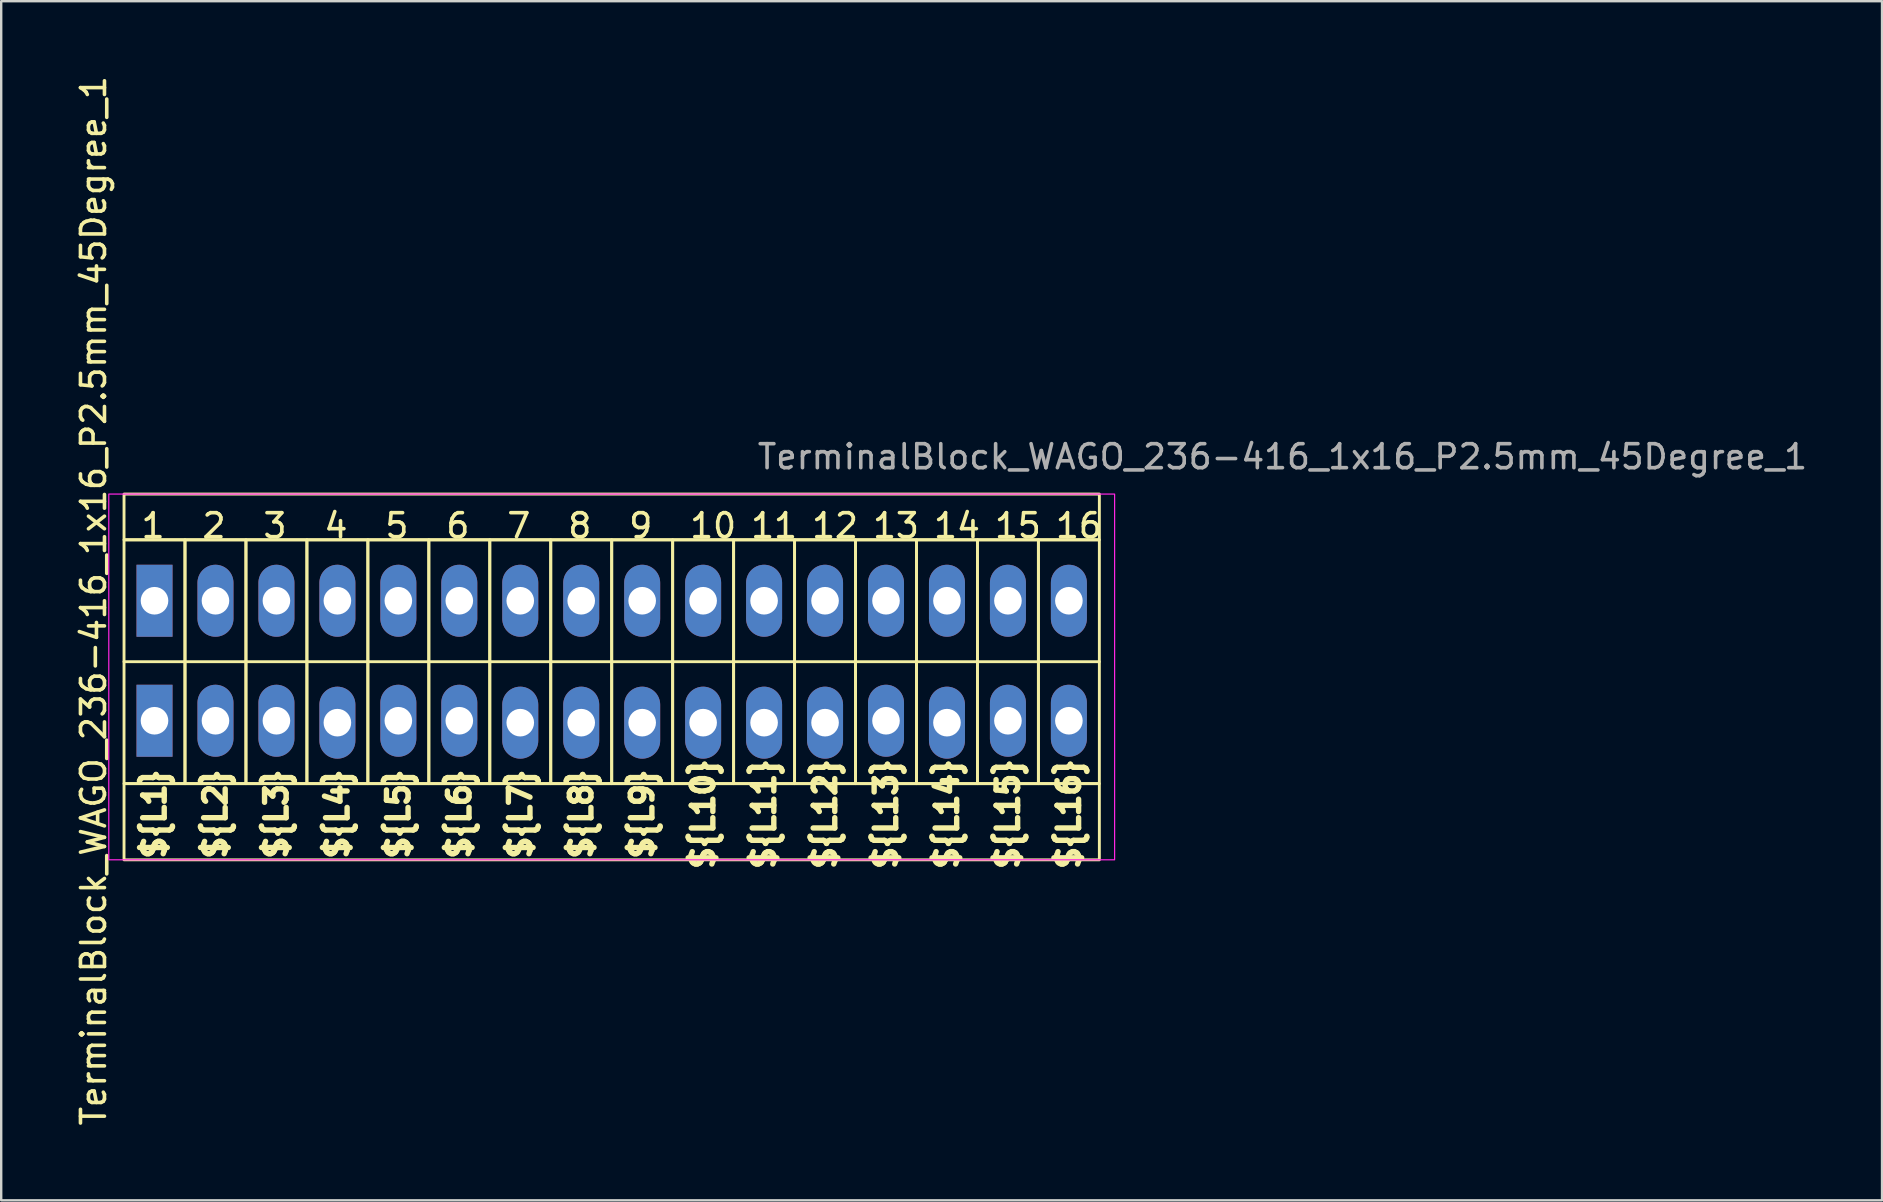
<source format=kicad_pcb>
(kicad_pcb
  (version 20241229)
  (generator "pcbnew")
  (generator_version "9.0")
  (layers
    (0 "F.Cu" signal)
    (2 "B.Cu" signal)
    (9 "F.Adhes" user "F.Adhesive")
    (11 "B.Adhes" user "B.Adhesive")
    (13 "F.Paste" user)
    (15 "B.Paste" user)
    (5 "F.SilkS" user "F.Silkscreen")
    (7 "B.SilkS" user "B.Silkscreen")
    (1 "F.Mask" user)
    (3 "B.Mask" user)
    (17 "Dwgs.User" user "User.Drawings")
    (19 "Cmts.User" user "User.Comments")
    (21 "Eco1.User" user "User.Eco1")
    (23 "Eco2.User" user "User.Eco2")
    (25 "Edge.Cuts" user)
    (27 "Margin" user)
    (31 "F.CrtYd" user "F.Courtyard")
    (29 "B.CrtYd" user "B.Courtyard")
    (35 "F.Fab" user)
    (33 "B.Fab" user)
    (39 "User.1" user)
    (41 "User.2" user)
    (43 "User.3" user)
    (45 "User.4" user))
  (footprint "TerminalBlock_WAGO_236-416_1x16_P2.5mm_45Degree_1"
    (layer "F.Cu")
    (at 3.388 21.982)
    (property "Reference" "TerminalBlock_WAGO_236-416_1x16_P2.5mm_45Degree_1" (at -2.54 0 90) (layer "F.SilkS") (effects (font (size 1 1) (thickness 0.15))))
    (attr through_hole)
    (fp_line (start -1.27 2.54) (end 39.37 2.54) (stroke (width 0.12) (type default)) (layer "F.SilkS"))
    (fp_rect (start -1.27 -4.445) (end 39.37 -2.54) (stroke (width 0.12) (type default)) (fill no) (layer "F.SilkS"))
    (fp_rect (start -1.27 -2.54) (end 1.27 7.62) (stroke (width 0.12) (type default)) (fill no) (layer "F.SilkS"))
    (fp_rect (start -1.27 7.62) (end 39.37 10.795) (stroke (width 0.12) (type default)) (fill no) (layer "F.SilkS"))
    (fp_rect (start 1.27 -2.54) (end 3.81 7.62) (stroke (width 0.12) (type default)) (fill no) (layer "F.SilkS"))
    (fp_rect (start 3.81 -2.54) (end 6.35 7.62) (stroke (width 0.12) (type default)) (fill no) (layer "F.SilkS"))
    (fp_rect (start 6.35 -2.54) (end 8.89 7.62) (stroke (width 0.12) (type default)) (fill no) (layer "F.SilkS"))
    (fp_rect (start 8.89 -2.54) (end 11.43 7.62) (stroke (width 0.12) (type default)) (fill no) (layer "F.SilkS"))
    (fp_rect (start 11.43 -2.54) (end 13.97 7.62) (stroke (width 0.12) (type default)) (fill no) (layer "F.SilkS"))
    (fp_rect (start 13.97 -2.54) (end 16.51 7.62) (stroke (width 0.12) (type default)) (fill no) (layer "F.SilkS"))
    (fp_rect (start 16.51 -2.54) (end 19.05 7.62) (stroke (width 0.12) (type default)) (fill no) (layer "F.SilkS"))
    (fp_rect (start 19.05 -2.54) (end 21.59 7.62) (stroke (width 0.12) (type default)) (fill no) (layer "F.SilkS"))
    (fp_rect (start 21.59 -2.54) (end 24.13 7.62) (stroke (width 0.12) (type default)) (fill no) (layer "F.SilkS"))
    (fp_rect (start 24.13 -2.54) (end 26.67 7.62) (stroke (width 0.12) (type default)) (fill no) (layer "F.SilkS"))
    (fp_rect (start 26.67 -2.54) (end 29.21 7.62) (stroke (width 0.12) (type default)) (fill no) (layer "F.SilkS"))
    (fp_rect (start 29.21 -2.54) (end 31.75 7.62) (stroke (width 0.12) (type default)) (fill no) (layer "F.SilkS"))
    (fp_rect (start 31.75 -2.54) (end 34.29 7.62) (stroke (width 0.12) (type default)) (fill no) (layer "F.SilkS"))
    (fp_rect (start 34.29 -2.54) (end 36.83 7.62) (stroke (width 0.12) (type default)) (fill no) (layer "F.SilkS"))
    (fp_rect (start 36.83 -2.54) (end 39.37 7.62) (stroke (width 0.12) (type default)) (fill no) (layer "F.SilkS"))
    (fp_rect (start -1.905 -4.445) (end 40.005 10.795) (stroke (width 0.05) (type default)) (fill no) (layer "F.CrtYd"))
    (fp_text user "${L4}" (at 7.62 8.89 90) (layer "F.SilkS") (effects (font (size 0.9 0.9) (thickness 0.225))))
    (fp_text user "${L9}" (at 20.32 8.89 90) (layer "F.SilkS") (effects (font (size 0.9 0.9) (thickness 0.225))))
    (fp_text user "${L3}" (at 5.08 8.89 90) (layer "F.SilkS") (effects (font (size 0.9 0.9) (thickness 0.225))))
    (fp_text user "8" (at 17.145 -2.54 0) (unlocked yes) (layer "F.SilkS") (effects (font (size 1 1) (thickness 0.15)) (justify left bottom)))
    (fp_text user "5" (at 9.525 -2.54 0) (unlocked yes) (layer "F.SilkS") (effects (font (size 1 1) (thickness 0.15)) (justify left bottom)))
    (fp_text user "${L12}" (at 27.94 8.89 90) (layer "F.SilkS") (effects (font (size 0.9 0.9) (thickness 0.225))))
    (fp_text user "7" (at 14.605 -2.54 0) (unlocked yes) (layer "F.SilkS") (effects (font (size 1 1) (thickness 0.15)) (justify left bottom)))
    (fp_text user "${L7}" (at 15.24 8.89 90) (layer "F.SilkS") (effects (font (size 0.9 0.9) (thickness 0.225))))
    (fp_text user "${L1}" (at 0 8.89 90) (layer "F.SilkS") (effects (font (size 0.9 0.9) (thickness 0.225))))
    (fp_text user "10" (at 22.225 -2.54 0) (unlocked yes) (layer "F.SilkS") (effects (font (size 1 1) (thickness 0.15)) (justify left bottom)))
    (fp_text user "${L16}" (at 38.1 8.89 90) (layer "F.SilkS") (effects (font (size 0.9 0.9) (thickness 0.225))))
    (fp_text user "6" (at 12.065 -2.54 0) (unlocked yes) (layer "F.SilkS") (effects (font (size 1 1) (thickness 0.15)) (justify left bottom)))
    (fp_text user "9" (at 19.685 -2.54 0) (unlocked yes) (layer "F.SilkS") (effects (font (size 1 1) (thickness 0.15)) (justify left bottom)))
    (fp_text user "${L2}" (at 2.54 8.89 90) (layer "F.SilkS") (effects (font (size 0.9 0.9) (thickness 0.225))))
    (fp_text user "${L5}" (at 10.16 8.89 90) (layer "F.SilkS") (effects (font (size 0.9 0.9) (thickness 0.225))))
    (fp_text user "3" (at 4.445 -2.54 0) (unlocked yes) (layer "F.SilkS") (effects (font (size 1 1) (thickness 0.15)) (justify left bottom)))
    (fp_text user "${L6}" (at 12.7 8.89 90) (layer "F.SilkS") (effects (font (size 0.9 0.9) (thickness 0.225))))
    (fp_text user "${L8}" (at 17.78 8.89 90) (layer "F.SilkS") (effects (font (size 0.9 0.9) (thickness 0.225))))
    (fp_text user "2" (at 1.905 -2.54 0) (unlocked yes) (layer "F.SilkS") (effects (font (size 1 1) (thickness 0.15)) (justify left bottom)))
    (fp_text user "12" (at 27.305 -2.54 0) (unlocked yes) (layer "F.SilkS") (effects (font (size 1 1) (thickness 0.15)) (justify left bottom)))
    (fp_text user "15" (at 34.925 -2.54 0) (unlocked yes) (layer "F.SilkS") (effects (font (size 1 1) (thickness 0.15)) (justify left bottom)))
    (fp_text user "16" (at 37.465 -2.54 0) (unlocked yes) (layer "F.SilkS") (effects (font (size 1 1) (thickness 0.15)) (justify left bottom)))
    (fp_text user "1" (at -0.635 -2.54 0) (unlocked yes) (layer "F.SilkS") (effects (font (size 1 1) (thickness 0.15)) (justify left bottom)))
    (fp_text user "${L10}" (at 22.86 8.89 90) (layer "F.SilkS") (effects (font (size 0.9 0.9) (thickness 0.225))))
    (fp_text user "${L15}" (at 35.56 8.89 90) (layer "F.SilkS") (effects (font (size 0.9 0.9) (thickness 0.225))))
    (fp_text user "14" (at 32.385 -2.54 0) (unlocked yes) (layer "F.SilkS") (effects (font (size 1 1) (thickness 0.15)) (justify left bottom)))
    (fp_text user "${L11}" (at 25.4 8.89 90) (layer "F.SilkS") (effects (font (size 0.9 0.9) (thickness 0.225))))
    (fp_text user "11" (at 24.765 -2.54 0) (unlocked yes) (layer "F.SilkS") (effects (font (size 1 1) (thickness 0.15)) (justify left bottom)))
    (fp_text user "${L14}" (at 33.02 8.89 90) (layer "F.SilkS") (effects (font (size 0.9 0.9) (thickness 0.225))))
    (fp_text user "13" (at 29.845 -2.54 0) (unlocked yes) (layer "F.SilkS") (effects (font (size 1 1) (thickness 0.15)) (justify left bottom)))
    (fp_text user "4" (at 6.985 -2.54 0) (unlocked yes) (layer "F.SilkS") (effects (font (size 1 1) (thickness 0.15)) (justify left bottom)))
    (fp_text user "${L13}" (at 30.48 8.89 90) (layer "F.SilkS") (effects (font (size 0.9 0.9) (thickness 0.225))))
    (fp_text user "${REFERENCE}" (at 47 -6 0) (layer "F.Fab") (effects (font (size 1 1) (thickness 0.15))))
    (pad "1" thru_hole rect (at 0 0) (size 1.5 3) (drill 1.15) (layers "*.Cu" "*.Mask"))
    (pad "1" thru_hole rect (at 0 5) (size 1.5 3) (drill 1.15) (layers "*.Cu" "*.Mask"))
    (pad "2" thru_hole oval (at 2.54 0) (size 1.5 3) (drill 1.15) (layers "*.Cu" "*.Mask"))
    (pad "2" thru_hole oval (at 2.54 5) (size 1.5 3) (drill 1.15) (layers "*.Cu" "*.Mask"))
    (pad "3" thru_hole oval (at 5.08 0) (size 1.5 3) (drill 1.15) (layers "*.Cu" "*.Mask"))
    (pad "3" thru_hole oval (at 5.08 5) (size 1.5 3) (drill 1.15) (layers "*.Cu" "*.Mask"))
    (pad "4" thru_hole oval (at 7.62 0) (size 1.5 3) (drill 1.15) (layers "*.Cu" "*.Mask"))
    (pad "4" thru_hole oval (at 7.62 5.08) (size 1.5 3) (drill 1.15) (layers "*.Cu" "*.Mask"))
    (pad "5" thru_hole oval (at 10.16 0) (size 1.5 3) (drill 1.15) (layers "*.Cu" "*.Mask"))
    (pad "5" thru_hole oval (at 10.16 5) (size 1.5 3) (drill 1.15) (layers "*.Cu" "*.Mask"))
    (pad "6" thru_hole oval (at 12.7 0) (size 1.5 3) (drill 1.15) (layers "*.Cu" "*.Mask"))
    (pad "6" thru_hole oval (at 12.7 5) (size 1.5 3) (drill 1.15) (layers "*.Cu" "*.Mask"))
    (pad "7" thru_hole oval (at 15.24 0) (size 1.5 3) (drill 1.15) (layers "*.Cu" "*.Mask"))
    (pad "7" thru_hole oval (at 15.24 5.08) (size 1.5 3) (drill 1.15) (layers "*.Cu" "*.Mask"))
    (pad "8" thru_hole oval (at 17.78 0) (size 1.5 3) (drill 1.15) (layers "*.Cu" "*.Mask"))
    (pad "8" thru_hole oval (at 17.78 5.08) (size 1.5 3) (drill 1.15) (layers "*.Cu" "*.Mask"))
    (pad "9" thru_hole oval (at 20.32 0) (size 1.5 3) (drill 1.15) (layers "*.Cu" "*.Mask"))
    (pad "9" thru_hole oval (at 20.32 5.08) (size 1.5 3) (drill 1.15) (layers "*.Cu" "*.Mask"))
    (pad "10" thru_hole oval (at 22.86 0) (size 1.5 3) (drill 1.15) (layers "*.Cu" "*.Mask"))
    (pad "10" thru_hole oval (at 22.86 5.08) (size 1.5 3) (drill 1.15) (layers "*.Cu" "*.Mask"))
    (pad "11" thru_hole oval (at 25.4 0) (size 1.5 3) (drill 1.15) (layers "*.Cu" "*.Mask"))
    (pad "11" thru_hole oval (at 25.4 5.08) (size 1.5 3) (drill 1.15) (layers "*.Cu" "*.Mask"))
    (pad "12" thru_hole oval (at 27.94 0) (size 1.5 3) (drill 1.15) (layers "*.Cu" "*.Mask"))
    (pad "12" thru_hole oval (at 27.94 5.08) (size 1.5 3) (drill 1.15) (layers "*.Cu" "*.Mask"))
    (pad "13" thru_hole oval (at 30.48 0) (size 1.5 3) (drill 1.15) (layers "*.Cu" "*.Mask"))
    (pad "13" thru_hole oval (at 30.48 5) (size 1.5 3) (drill 1.15) (layers "*.Cu" "*.Mask"))
    (pad "14" thru_hole oval (at 33.02 0) (size 1.5 3) (drill 1.15) (layers "*.Cu" "*.Mask"))
    (pad "14" thru_hole oval (at 33.02 5.08) (size 1.5 3) (drill 1.15) (layers "*.Cu" "*.Mask"))
    (pad "15" thru_hole oval (at 35.56 0) (size 1.5 3) (drill 1.15) (layers "*.Cu" "*.Mask"))
    (pad "15" thru_hole oval (at 35.56 5) (size 1.5 3) (drill 1.15) (layers "*.Cu" "*.Mask"))
    (pad "16" thru_hole oval (at 38.1 0) (size 1.5 3) (drill 1.15) (layers "*.Cu" "*.Mask"))
    (pad "16" thru_hole oval (at 38.1 5) (size 1.5 3) (drill 1.15) (layers "*.Cu" "*.Mask")))
  (gr_rect
    (start -3 -3)
    (end 75.37 46.964)
    (stroke (width 0.1) (type default))
    (fill no)
    (layer "Edge.Cuts")))
</source>
